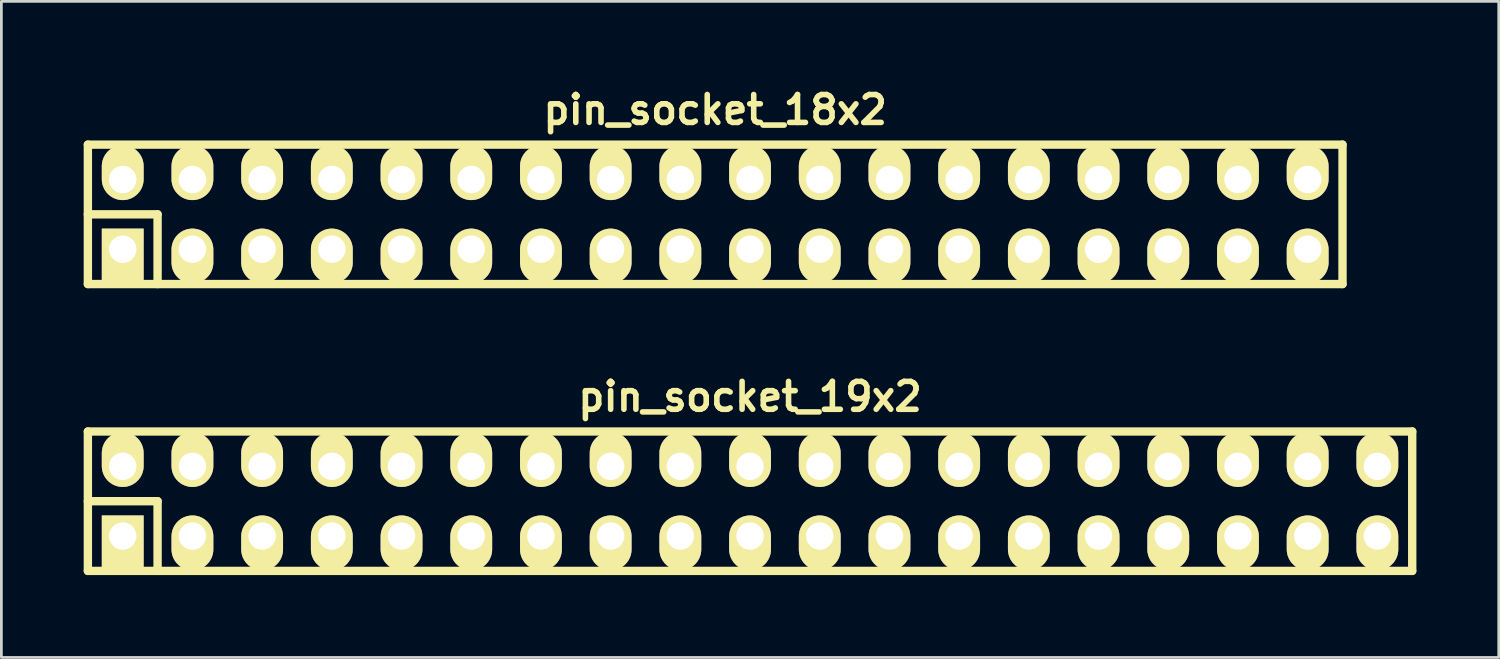
<source format=kicad_pcb>
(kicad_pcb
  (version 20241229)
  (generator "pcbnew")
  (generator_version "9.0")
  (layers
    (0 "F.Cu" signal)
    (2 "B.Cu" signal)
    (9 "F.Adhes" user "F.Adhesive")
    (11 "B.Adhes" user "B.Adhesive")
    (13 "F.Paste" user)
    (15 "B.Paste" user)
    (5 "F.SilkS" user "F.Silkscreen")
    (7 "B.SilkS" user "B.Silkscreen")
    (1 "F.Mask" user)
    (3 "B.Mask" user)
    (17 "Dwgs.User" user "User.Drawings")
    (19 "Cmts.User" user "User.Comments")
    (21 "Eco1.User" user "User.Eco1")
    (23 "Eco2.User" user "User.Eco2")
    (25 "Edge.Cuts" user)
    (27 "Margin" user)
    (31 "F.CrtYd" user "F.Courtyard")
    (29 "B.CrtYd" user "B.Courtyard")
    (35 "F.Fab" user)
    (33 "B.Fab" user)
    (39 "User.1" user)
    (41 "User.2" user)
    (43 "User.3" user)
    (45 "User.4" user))
  (footprint "pin_socket_19x2"
    (layer "F.Cu")
    (at 24.282 15.214)
    (property "Reference" "pin_socket_19x2" (at 0 -3.81 0) (layer "F.SilkS") (effects (font (size 1.016 1.016) (thickness 0.203))))
    (attr through_hole)
    (fp_line (start -24.13 -2.54) (end -24.13 2.54) (stroke (width 0.305) (type solid)) (layer "F.SilkS"))
    (fp_line (start -24.13 -2.54) (end 24.13 -2.54) (stroke (width 0.305) (type solid)) (layer "F.SilkS"))
    (fp_line (start -24.13 0) (end -21.59 0) (stroke (width 0.305) (type solid)) (layer "F.SilkS"))
    (fp_line (start -21.59 0) (end -21.59 2.54) (stroke (width 0.305) (type solid)) (layer "F.SilkS"))
    (fp_line (start 24.13 2.54) (end -24.13 2.54) (stroke (width 0.305) (type solid)) (layer "F.SilkS"))
    (fp_line (start 24.13 2.54) (end 24.13 -2.54) (stroke (width 0.305) (type solid)) (layer "F.SilkS"))
    (pad "1" thru_hole rect (at -22.86 1.27) (size 1.524 1.999) (drill 1.001 (offset 0 0.249)) (layers "*.Cu" "*.Mask" "F.SilkS"))
    (pad "2" thru_hole oval (at -22.86 -1.27) (size 1.524 1.999) (drill 1.001 (offset 0 -0.249)) (layers "*.Cu" "*.Mask" "F.SilkS"))
    (pad "3" thru_hole oval (at -20.32 1.27) (size 1.524 1.999) (drill 1.001 (offset 0 0.249)) (layers "*.Cu" "*.Mask" "F.SilkS"))
    (pad "4" thru_hole oval (at -20.32 -1.27) (size 1.524 1.999) (drill 1.001 (offset 0 -0.249)) (layers "*.Cu" "*.Mask" "F.SilkS"))
    (pad "5" thru_hole oval (at -17.78 1.27) (size 1.524 1.999) (drill 1.001 (offset 0 0.249)) (layers "*.Cu" "*.Mask" "F.SilkS"))
    (pad "6" thru_hole oval (at -17.78 -1.27) (size 1.524 1.999) (drill 1.001 (offset 0 -0.249)) (layers "*.Cu" "*.Mask" "F.SilkS"))
    (pad "7" thru_hole oval (at -15.24 1.27) (size 1.524 1.999) (drill 1.001 (offset 0 0.249)) (layers "*.Cu" "*.Mask" "F.SilkS"))
    (pad "8" thru_hole oval (at -15.24 -1.27) (size 1.524 1.999) (drill 1.001 (offset 0 -0.249)) (layers "*.Cu" "*.Mask" "F.SilkS"))
    (pad "9" thru_hole oval (at -12.7 1.27) (size 1.524 1.999) (drill 1.001 (offset 0 0.249)) (layers "*.Cu" "*.Mask" "F.SilkS"))
    (pad "10" thru_hole oval (at -12.7 -1.27) (size 1.524 1.999) (drill 1.001 (offset 0 -0.249)) (layers "*.Cu" "*.Mask" "F.SilkS"))
    (pad "11" thru_hole oval (at -10.16 1.27) (size 1.524 1.999) (drill 1.001 (offset 0 0.249)) (layers "*.Cu" "*.Mask" "F.SilkS"))
    (pad "12" thru_hole oval (at -10.16 -1.27) (size 1.524 1.999) (drill 1.001 (offset 0 -0.249)) (layers "*.Cu" "*.Mask" "F.SilkS"))
    (pad "13" thru_hole oval (at -7.62 1.27) (size 1.524 1.999) (drill 1.001 (offset 0 0.249)) (layers "*.Cu" "*.Mask" "F.SilkS"))
    (pad "14" thru_hole oval (at -7.62 -1.27) (size 1.524 1.999) (drill 1.001 (offset 0 -0.249)) (layers "*.Cu" "*.Mask" "F.SilkS"))
    (pad "15" thru_hole oval (at -5.08 1.27) (size 1.524 1.999) (drill 1.001 (offset 0 0.249)) (layers "*.Cu" "*.Mask" "F.SilkS"))
    (pad "16" thru_hole oval (at -5.08 -1.27) (size 1.524 1.999) (drill 1.001 (offset 0 -0.249)) (layers "*.Cu" "*.Mask" "F.SilkS"))
    (pad "17" thru_hole oval (at -2.54 1.27) (size 1.524 1.999) (drill 1.001 (offset 0 0.249)) (layers "*.Cu" "*.Mask" "F.SilkS"))
    (pad "18" thru_hole oval (at -2.54 -1.27) (size 1.524 1.999) (drill 1.001 (offset 0 -0.249)) (layers "*.Cu" "*.Mask" "F.SilkS"))
    (pad "19" thru_hole oval (at 0 1.27) (size 1.524 1.999) (drill 1.001 (offset 0 0.249)) (layers "*.Cu" "*.Mask" "F.SilkS"))
    (pad "20" thru_hole oval (at 0 -1.27) (size 1.524 1.999) (drill 1.001 (offset 0 -0.249)) (layers "*.Cu" "*.Mask" "F.SilkS"))
    (pad "21" thru_hole oval (at 2.54 1.27) (size 1.524 1.999) (drill 1.001 (offset 0 0.249)) (layers "*.Cu" "*.Mask" "F.SilkS"))
    (pad "22" thru_hole oval (at 2.54 -1.27) (size 1.524 1.999) (drill 1.001 (offset 0 -0.249)) (layers "*.Cu" "*.Mask" "F.SilkS"))
    (pad "23" thru_hole oval (at 5.08 1.27) (size 1.524 1.999) (drill 1.001 (offset 0 0.249)) (layers "*.Cu" "*.Mask" "F.SilkS"))
    (pad "24" thru_hole oval (at 5.08 -1.27) (size 1.524 1.999) (drill 1.001 (offset 0 -0.249)) (layers "*.Cu" "*.Mask" "F.SilkS"))
    (pad "25" thru_hole oval (at 7.62 1.27) (size 1.524 1.999) (drill 1.001 (offset 0 0.249)) (layers "*.Cu" "*.Mask" "F.SilkS"))
    (pad "26" thru_hole oval (at 7.62 -1.27) (size 1.524 1.999) (drill 1.001 (offset 0 -0.249)) (layers "*.Cu" "*.Mask" "F.SilkS"))
    (pad "27" thru_hole oval (at 10.16 1.27) (size 1.524 1.999) (drill 1.001 (offset 0 0.249)) (layers "*.Cu" "*.Mask" "F.SilkS"))
    (pad "28" thru_hole oval (at 10.16 -1.27) (size 1.524 1.999) (drill 1.001 (offset 0 -0.249)) (layers "*.Cu" "*.Mask" "F.SilkS"))
    (pad "29" thru_hole oval (at 12.7 1.27) (size 1.524 1.999) (drill 1.001 (offset 0 0.249)) (layers "*.Cu" "*.Mask" "F.SilkS"))
    (pad "30" thru_hole oval (at 12.7 -1.27) (size 1.524 1.999) (drill 1.001 (offset 0 -0.249)) (layers "*.Cu" "*.Mask" "F.SilkS"))
    (pad "31" thru_hole oval (at 15.24 1.27) (size 1.524 1.999) (drill 1.001 (offset 0 0.249)) (layers "*.Cu" "*.Mask" "F.SilkS"))
    (pad "32" thru_hole oval (at 15.24 -1.27) (size 1.524 1.999) (drill 1.001 (offset 0 -0.249)) (layers "*.Cu" "*.Mask" "F.SilkS"))
    (pad "33" thru_hole oval (at 17.78 1.27) (size 1.524 1.999) (drill 1.001 (offset 0 0.249)) (layers "*.Cu" "*.Mask" "F.SilkS"))
    (pad "34" thru_hole oval (at 17.78 -1.27) (size 1.524 1.999) (drill 1.001 (offset 0 -0.249)) (layers "*.Cu" "*.Mask" "F.SilkS"))
    (pad "35" thru_hole oval (at 20.32 1.27) (size 1.524 1.999) (drill 1.001 (offset 0 0.249)) (layers "*.Cu" "*.Mask" "F.SilkS"))
    (pad "36" thru_hole oval (at 20.32 -1.27) (size 1.524 1.999) (drill 1.001 (offset 0 -0.249)) (layers "*.Cu" "*.Mask" "F.SilkS"))
    (pad "37" thru_hole oval (at 22.86 1.27) (size 1.524 1.999) (drill 1.001 (offset 0 0.249)) (layers "*.Cu" "*.Mask" "F.SilkS"))
    (pad "38" thru_hole oval (at 22.86 -1.27) (size 1.524 1.999) (drill 1.001 (offset 0 -0.249)) (layers "*.Cu" "*.Mask" "F.SilkS")))
  (footprint "pin_socket_18x2"
    (layer "F.Cu")
    (at 23.012 4.761)
    (property "Reference" "pin_socket_18x2" (at 0 -3.81 0) (layer "F.SilkS") (effects (font (size 1.016 1.016) (thickness 0.203))))
    (attr through_hole)
    (fp_line (start -22.86 -2.54) (end -22.86 2.54) (stroke (width 0.305) (type solid)) (layer "F.SilkS"))
    (fp_line (start -22.86 0) (end -20.32 0) (stroke (width 0.305) (type solid)) (layer "F.SilkS"))
    (fp_line (start -22.86 2.54) (end 22.86 2.54) (stroke (width 0.305) (type solid)) (layer "F.SilkS"))
    (fp_line (start -20.32 0) (end -20.32 2.54) (stroke (width 0.305) (type solid)) (layer "F.SilkS"))
    (fp_line (start 22.86 -2.54) (end -22.86 -2.54) (stroke (width 0.305) (type solid)) (layer "F.SilkS"))
    (fp_line (start 22.86 2.54) (end 22.86 -2.54) (stroke (width 0.305) (type solid)) (layer "F.SilkS"))
    (pad "1" thru_hole rect (at -21.59 1.27) (size 1.524 1.999) (drill 1.001 (offset 0 0.249)) (layers "*.Cu" "*.Mask" "F.SilkS"))
    (pad "2" thru_hole oval (at -21.59 -1.27) (size 1.524 1.999) (drill 1.001 (offset 0 -0.249)) (layers "*.Cu" "*.Mask" "F.SilkS"))
    (pad "3" thru_hole oval (at -19.05 1.27) (size 1.524 1.999) (drill 1.001 (offset 0 0.249)) (layers "*.Cu" "*.Mask" "F.SilkS"))
    (pad "4" thru_hole oval (at -19.05 -1.27) (size 1.524 1.999) (drill 1.001 (offset 0 -0.249)) (layers "*.Cu" "*.Mask" "F.SilkS"))
    (pad "5" thru_hole oval (at -16.51 1.27) (size 1.524 1.999) (drill 1.001 (offset 0 0.249)) (layers "*.Cu" "*.Mask" "F.SilkS"))
    (pad "6" thru_hole oval (at -16.51 -1.27) (size 1.524 1.999) (drill 1.001 (offset 0 -0.249)) (layers "*.Cu" "*.Mask" "F.SilkS"))
    (pad "7" thru_hole oval (at -13.97 1.27) (size 1.524 1.999) (drill 1.001 (offset 0 0.249)) (layers "*.Cu" "*.Mask" "F.SilkS"))
    (pad "8" thru_hole oval (at -13.97 -1.27) (size 1.524 1.999) (drill 1.001 (offset 0 -0.249)) (layers "*.Cu" "*.Mask" "F.SilkS"))
    (pad "9" thru_hole oval (at -11.43 1.27) (size 1.524 1.999) (drill 1.001 (offset 0 0.249)) (layers "*.Cu" "*.Mask" "F.SilkS"))
    (pad "10" thru_hole oval (at -11.43 -1.27) (size 1.524 1.999) (drill 1.001 (offset 0 -0.249)) (layers "*.Cu" "*.Mask" "F.SilkS"))
    (pad "11" thru_hole oval (at -8.89 1.27) (size 1.524 1.999) (drill 1.001 (offset 0 0.249)) (layers "*.Cu" "*.Mask" "F.SilkS"))
    (pad "12" thru_hole oval (at -8.89 -1.27) (size 1.524 1.999) (drill 1.001 (offset 0 -0.249)) (layers "*.Cu" "*.Mask" "F.SilkS"))
    (pad "13" thru_hole oval (at -6.35 1.27) (size 1.524 1.999) (drill 1.001 (offset 0 0.249)) (layers "*.Cu" "*.Mask" "F.SilkS"))
    (pad "14" thru_hole oval (at -6.35 -1.27) (size 1.524 1.999) (drill 1.001 (offset 0 -0.249)) (layers "*.Cu" "*.Mask" "F.SilkS"))
    (pad "15" thru_hole oval (at -3.81 1.27) (size 1.524 1.999) (drill 1.001 (offset 0 0.249)) (layers "*.Cu" "*.Mask" "F.SilkS"))
    (pad "16" thru_hole oval (at -3.81 -1.27) (size 1.524 1.999) (drill 1.001 (offset 0 -0.249)) (layers "*.Cu" "*.Mask" "F.SilkS"))
    (pad "17" thru_hole oval (at -1.27 1.27) (size 1.524 1.999) (drill 1.001 (offset 0 0.249)) (layers "*.Cu" "*.Mask" "F.SilkS"))
    (pad "18" thru_hole oval (at -1.27 -1.27) (size 1.524 1.999) (drill 1.001 (offset 0 -0.249)) (layers "*.Cu" "*.Mask" "F.SilkS"))
    (pad "19" thru_hole oval (at 1.27 1.27) (size 1.524 1.999) (drill 1.001 (offset 0 0.249)) (layers "*.Cu" "*.Mask" "F.SilkS"))
    (pad "20" thru_hole oval (at 1.27 -1.27) (size 1.524 1.999) (drill 1.001 (offset 0 -0.249)) (layers "*.Cu" "*.Mask" "F.SilkS"))
    (pad "21" thru_hole oval (at 3.81 1.27) (size 1.524 1.999) (drill 1.001 (offset 0 0.249)) (layers "*.Cu" "*.Mask" "F.SilkS"))
    (pad "22" thru_hole oval (at 3.81 -1.27) (size 1.524 1.999) (drill 1.001 (offset 0 -0.249)) (layers "*.Cu" "*.Mask" "F.SilkS"))
    (pad "23" thru_hole oval (at 6.35 1.27) (size 1.524 1.999) (drill 1.001 (offset 0 0.249)) (layers "*.Cu" "*.Mask" "F.SilkS"))
    (pad "24" thru_hole oval (at 6.35 -1.27) (size 1.524 1.999) (drill 1.001 (offset 0 -0.249)) (layers "*.Cu" "*.Mask" "F.SilkS"))
    (pad "25" thru_hole oval (at 8.89 1.27) (size 1.524 1.999) (drill 1.001 (offset 0 0.249)) (layers "*.Cu" "*.Mask" "F.SilkS"))
    (pad "26" thru_hole oval (at 8.89 -1.27) (size 1.524 1.999) (drill 1.001 (offset 0 -0.249)) (layers "*.Cu" "*.Mask" "F.SilkS"))
    (pad "27" thru_hole oval (at 11.43 1.27) (size 1.524 1.999) (drill 1.001 (offset 0 0.249)) (layers "*.Cu" "*.Mask" "F.SilkS"))
    (pad "28" thru_hole oval (at 11.43 -1.27) (size 1.524 1.999) (drill 1.001 (offset 0 -0.249)) (layers "*.Cu" "*.Mask" "F.SilkS"))
    (pad "29" thru_hole oval (at 13.97 1.27) (size 1.524 1.999) (drill 1.001 (offset 0 0.249)) (layers "*.Cu" "*.Mask" "F.SilkS"))
    (pad "30" thru_hole oval (at 13.97 -1.27) (size 1.524 1.999) (drill 1.001 (offset 0 -0.249)) (layers "*.Cu" "*.Mask" "F.SilkS"))
    (pad "31" thru_hole oval (at 16.51 1.27) (size 1.524 1.999) (drill 1.001 (offset 0 0.249)) (layers "*.Cu" "*.Mask" "F.SilkS"))
    (pad "32" thru_hole oval (at 16.51 -1.27) (size 1.524 1.999) (drill 1.001 (offset 0 -0.249)) (layers "*.Cu" "*.Mask" "F.SilkS"))
    (pad "33" thru_hole oval (at 19.05 1.27) (size 1.524 1.999) (drill 1.001 (offset 0 0.249)) (layers "*.Cu" "*.Mask" "F.SilkS"))
    (pad "34" thru_hole oval (at 19.05 -1.27) (size 1.524 1.999) (drill 1.001 (offset 0 -0.249)) (layers "*.Cu" "*.Mask" "F.SilkS"))
    (pad "35" thru_hole oval (at 21.59 1.27) (size 1.524 1.999) (drill 1.001 (offset 0 0.249)) (layers "*.Cu" "*.Mask" "F.SilkS"))
    (pad "36" thru_hole oval (at 21.59 -1.27) (size 1.524 1.999) (drill 1.001 (offset 0 -0.249)) (layers "*.Cu" "*.Mask" "F.SilkS")))
  (gr_rect
    (start -3 -3)
    (end 51.565 20.907)
    (stroke (width 0.1) (type default))
    (fill no)
    (layer "Edge.Cuts")))
</source>
